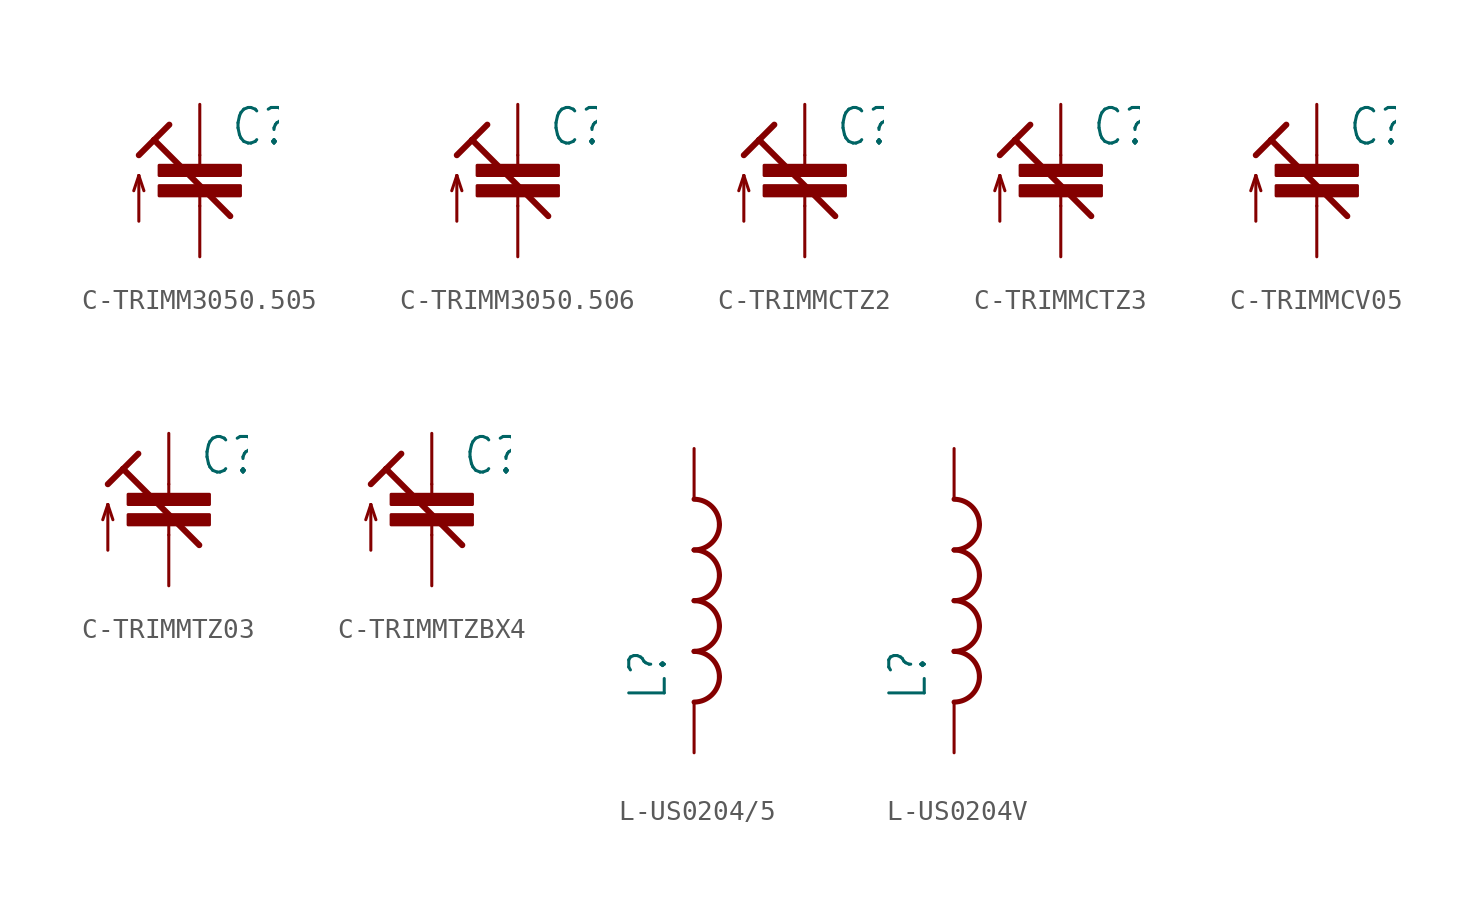
<source format=kicad_sym>
(kicad_symbol_lib
  (version 20231120)
  (generator "kicad_symbol_editor")
  (generator_version "8.0")
  (symbol "C-TRIMM3050.505"
    (property "Reference" "C"
      (at 1.524 0.381 0)
      (effects (font (size 1.778 1.511)) (justify left bottom)))
    (property "Value" ""
      (at 2.286 -5.207 0)
      (effects (font (size 1.778 1.511)) (justify left bottom)))
    (property "ki_locked" ""
      (at 0 0 0)
      (effects (font (size 1.27 1.27))))
    (symbol "C-TRIMM3050.505_1_0"
      (rectangle (start -2.032 -2.032) (end 2.032 -1.524) (stroke (width 0) (type default)) (fill (type outline)))
      (rectangle (start -2.032 -1.016) (end 2.032 -0.508) (stroke (width 0) (type default)) (fill (type outline)))
      (polyline (pts (xy -3.048 -3.302) (xy -3.048 -1.016)) (stroke (width 0.152) (type solid)) (fill (type none)))
      (polyline (pts (xy -3.048 -1.016) (xy -3.302 -1.778)) (stroke (width 0.152) (type solid)) (fill (type none)))
      (polyline (pts (xy -3.048 -1.016) (xy -2.794 -1.778)) (stroke (width 0.152) (type solid)) (fill (type none)))
      (polyline (pts (xy -3.048 0) (xy -2.286 0.762)) (stroke (width 0.305) (type solid)) (fill (type none)))
      (polyline (pts (xy -2.286 0.762) (xy -1.524 1.524)) (stroke (width 0.305) (type solid)) (fill (type none)))
      (polyline (pts (xy 0 -2.54) (xy 0 -2.032)) (stroke (width 0.152) (type solid)) (fill (type none)))
      (polyline (pts (xy 0 0) (xy 0 -0.508)) (stroke (width 0.152) (type solid)) (fill (type none)))
      (polyline (pts (xy 1.524 -3.048) (xy -2.286 0.762)) (stroke (width 0.305) (type solid)) (fill (type none)))
      (pin passive line (at 0 2.54 270) (length 2.54) (name "E" (effects (font (size 0 0)))) (number "1" (effects (font (size 0 0)))))
      (pin passive line (at 0 -5.08 90) (length 2.54) (name "A" (effects (font (size 0 0)))) (number "2" (effects (font (size 0 0)))))))
  (symbol "C-TRIMM3050.506"
    (property "Reference" "C"
      (at 1.524 0.381 0)
      (effects (font (size 1.778 1.511)) (justify left bottom)))
    (property "Value" ""
      (at 2.286 -5.207 0)
      (effects (font (size 1.778 1.511)) (justify left bottom)))
    (property "ki_locked" ""
      (at 0 0 0)
      (effects (font (size 1.27 1.27))))
    (symbol "C-TRIMM3050.506_1_0"
      (rectangle (start -2.032 -2.032) (end 2.032 -1.524) (stroke (width 0) (type default)) (fill (type outline)))
      (rectangle (start -2.032 -1.016) (end 2.032 -0.508) (stroke (width 0) (type default)) (fill (type outline)))
      (polyline (pts (xy -3.048 -3.302) (xy -3.048 -1.016)) (stroke (width 0.152) (type solid)) (fill (type none)))
      (polyline (pts (xy -3.048 -1.016) (xy -3.302 -1.778)) (stroke (width 0.152) (type solid)) (fill (type none)))
      (polyline (pts (xy -3.048 -1.016) (xy -2.794 -1.778)) (stroke (width 0.152) (type solid)) (fill (type none)))
      (polyline (pts (xy -3.048 0) (xy -2.286 0.762)) (stroke (width 0.305) (type solid)) (fill (type none)))
      (polyline (pts (xy -2.286 0.762) (xy -1.524 1.524)) (stroke (width 0.305) (type solid)) (fill (type none)))
      (polyline (pts (xy 0 -2.54) (xy 0 -2.032)) (stroke (width 0.152) (type solid)) (fill (type none)))
      (polyline (pts (xy 0 0) (xy 0 -0.508)) (stroke (width 0.152) (type solid)) (fill (type none)))
      (polyline (pts (xy 1.524 -3.048) (xy -2.286 0.762)) (stroke (width 0.305) (type solid)) (fill (type none)))
      (pin passive line (at 0 2.54 270) (length 2.54) (name "E" (effects (font (size 0 0)))) (number "1A" (effects (font (size 0 0)))))
      (pin passive line (at 0 -5.08 90) (length 2.54) (name "A" (effects (font (size 0 0)))) (number "2" (effects (font (size 0 0)))))))
  (symbol "C-TRIMMCTZ2"
    (property "Reference" "C"
      (at 1.524 0.381 0)
      (effects (font (size 1.778 1.511)) (justify left bottom)))
    (property "Value" ""
      (at 2.286 -5.207 0)
      (effects (font (size 1.778 1.511)) (justify left bottom)))
    (property "ki_locked" ""
      (at 0 0 0)
      (effects (font (size 1.27 1.27))))
    (symbol "C-TRIMMCTZ2_1_0"
      (rectangle (start -2.032 -2.032) (end 2.032 -1.524) (stroke (width 0) (type default)) (fill (type outline)))
      (rectangle (start -2.032 -1.016) (end 2.032 -0.508) (stroke (width 0) (type default)) (fill (type outline)))
      (polyline (pts (xy -3.048 -3.302) (xy -3.048 -1.016)) (stroke (width 0.152) (type solid)) (fill (type none)))
      (polyline (pts (xy -3.048 -1.016) (xy -3.302 -1.778)) (stroke (width 0.152) (type solid)) (fill (type none)))
      (polyline (pts (xy -3.048 -1.016) (xy -2.794 -1.778)) (stroke (width 0.152) (type solid)) (fill (type none)))
      (polyline (pts (xy -3.048 0) (xy -2.286 0.762)) (stroke (width 0.305) (type solid)) (fill (type none)))
      (polyline (pts (xy -2.286 0.762) (xy -1.524 1.524)) (stroke (width 0.305) (type solid)) (fill (type none)))
      (polyline (pts (xy 0 -2.54) (xy 0 -2.032)) (stroke (width 0.152) (type solid)) (fill (type none)))
      (polyline (pts (xy 0 0) (xy 0 -0.508)) (stroke (width 0.152) (type solid)) (fill (type none)))
      (polyline (pts (xy 1.524 -3.048) (xy -2.286 0.762)) (stroke (width 0.305) (type solid)) (fill (type none)))
      (pin passive line (at 0 2.54 270) (length 2.54) (name "E" (effects (font (size 0 0)))) (number "1" (effects (font (size 0 0)))))
      (pin passive line (at 0 -5.08 90) (length 2.54) (name "A" (effects (font (size 0 0)))) (number "2" (effects (font (size 0 0)))))))
  (symbol "C-TRIMMCTZ3"
    (property "Reference" "C"
      (at 1.524 0.381 0)
      (effects (font (size 1.778 1.511)) (justify left bottom)))
    (property "Value" ""
      (at 2.286 -5.207 0)
      (effects (font (size 1.778 1.511)) (justify left bottom)))
    (property "ki_locked" ""
      (at 0 0 0)
      (effects (font (size 1.27 1.27))))
    (symbol "C-TRIMMCTZ3_1_0"
      (rectangle (start -2.032 -2.032) (end 2.032 -1.524) (stroke (width 0) (type default)) (fill (type outline)))
      (rectangle (start -2.032 -1.016) (end 2.032 -0.508) (stroke (width 0) (type default)) (fill (type outline)))
      (polyline (pts (xy -3.048 -3.302) (xy -3.048 -1.016)) (stroke (width 0.152) (type solid)) (fill (type none)))
      (polyline (pts (xy -3.048 -1.016) (xy -3.302 -1.778)) (stroke (width 0.152) (type solid)) (fill (type none)))
      (polyline (pts (xy -3.048 -1.016) (xy -2.794 -1.778)) (stroke (width 0.152) (type solid)) (fill (type none)))
      (polyline (pts (xy -3.048 0) (xy -2.286 0.762)) (stroke (width 0.305) (type solid)) (fill (type none)))
      (polyline (pts (xy -2.286 0.762) (xy -1.524 1.524)) (stroke (width 0.305) (type solid)) (fill (type none)))
      (polyline (pts (xy 0 -2.54) (xy 0 -2.032)) (stroke (width 0.152) (type solid)) (fill (type none)))
      (polyline (pts (xy 0 0) (xy 0 -0.508)) (stroke (width 0.152) (type solid)) (fill (type none)))
      (polyline (pts (xy 1.524 -3.048) (xy -2.286 0.762)) (stroke (width 0.305) (type solid)) (fill (type none)))
      (pin passive line (at 0 2.54 270) (length 2.54) (name "E" (effects (font (size 0 0)))) (number "1" (effects (font (size 0 0)))))
      (pin passive line (at 0 -5.08 90) (length 2.54) (name "A" (effects (font (size 0 0)))) (number "2" (effects (font (size 0 0)))))))
  (symbol "C-TRIMMCV05"
    (property "Reference" "C"
      (at 1.524 0.381 0)
      (effects (font (size 1.778 1.511)) (justify left bottom)))
    (property "Value" ""
      (at 2.286 -5.207 0)
      (effects (font (size 1.778 1.511)) (justify left bottom)))
    (property "ki_locked" ""
      (at 0 0 0)
      (effects (font (size 1.27 1.27))))
    (symbol "C-TRIMMCV05_1_0"
      (rectangle (start -2.032 -2.032) (end 2.032 -1.524) (stroke (width 0) (type default)) (fill (type outline)))
      (rectangle (start -2.032 -1.016) (end 2.032 -0.508) (stroke (width 0) (type default)) (fill (type outline)))
      (polyline (pts (xy -3.048 -3.302) (xy -3.048 -1.016)) (stroke (width 0.152) (type solid)) (fill (type none)))
      (polyline (pts (xy -3.048 -1.016) (xy -3.302 -1.778)) (stroke (width 0.152) (type solid)) (fill (type none)))
      (polyline (pts (xy -3.048 -1.016) (xy -2.794 -1.778)) (stroke (width 0.152) (type solid)) (fill (type none)))
      (polyline (pts (xy -3.048 0) (xy -2.286 0.762)) (stroke (width 0.305) (type solid)) (fill (type none)))
      (polyline (pts (xy -2.286 0.762) (xy -1.524 1.524)) (stroke (width 0.305) (type solid)) (fill (type none)))
      (polyline (pts (xy 0 -2.54) (xy 0 -2.032)) (stroke (width 0.152) (type solid)) (fill (type none)))
      (polyline (pts (xy 0 0) (xy 0 -0.508)) (stroke (width 0.152) (type solid)) (fill (type none)))
      (polyline (pts (xy 1.524 -3.048) (xy -2.286 0.762)) (stroke (width 0.305) (type solid)) (fill (type none)))
      (pin passive line (at 0 2.54 270) (length 2.54) (name "E" (effects (font (size 0 0)))) (number "1" (effects (font (size 0 0)))))
      (pin passive line (at 0 -5.08 90) (length 2.54) (name "A" (effects (font (size 0 0)))) (number "2" (effects (font (size 0 0)))))))
  (symbol "C-TRIMMTZ03"
    (property "Reference" "C"
      (at 1.524 0.381 0)
      (effects (font (size 1.778 1.511)) (justify left bottom)))
    (property "Value" ""
      (at 2.286 -5.207 0)
      (effects (font (size 1.778 1.511)) (justify left bottom)))
    (property "ki_locked" ""
      (at 0 0 0)
      (effects (font (size 1.27 1.27))))
    (symbol "C-TRIMMTZ03_1_0"
      (rectangle (start -2.032 -2.032) (end 2.032 -1.524) (stroke (width 0) (type default)) (fill (type outline)))
      (rectangle (start -2.032 -1.016) (end 2.032 -0.508) (stroke (width 0) (type default)) (fill (type outline)))
      (polyline (pts (xy -3.048 -3.302) (xy -3.048 -1.016)) (stroke (width 0.152) (type solid)) (fill (type none)))
      (polyline (pts (xy -3.048 -1.016) (xy -3.302 -1.778)) (stroke (width 0.152) (type solid)) (fill (type none)))
      (polyline (pts (xy -3.048 -1.016) (xy -2.794 -1.778)) (stroke (width 0.152) (type solid)) (fill (type none)))
      (polyline (pts (xy -3.048 0) (xy -2.286 0.762)) (stroke (width 0.305) (type solid)) (fill (type none)))
      (polyline (pts (xy -2.286 0.762) (xy -1.524 1.524)) (stroke (width 0.305) (type solid)) (fill (type none)))
      (polyline (pts (xy 0 -2.54) (xy 0 -2.032)) (stroke (width 0.152) (type solid)) (fill (type none)))
      (polyline (pts (xy 0 0) (xy 0 -0.508)) (stroke (width 0.152) (type solid)) (fill (type none)))
      (polyline (pts (xy 1.524 -3.048) (xy -2.286 0.762)) (stroke (width 0.305) (type solid)) (fill (type none)))
      (pin passive line (at 0 2.54 270) (length 2.54) (name "E" (effects (font (size 0 0)))) (number "1" (effects (font (size 0 0)))))
      (pin passive line (at 0 -5.08 90) (length 2.54) (name "A" (effects (font (size 0 0)))) (number "2" (effects (font (size 0 0)))))))
  (symbol "C-TRIMMTZBX4"
    (property "Reference" "C"
      (at 1.524 0.381 0)
      (effects (font (size 1.778 1.511)) (justify left bottom)))
    (property "Value" ""
      (at 2.286 -5.207 0)
      (effects (font (size 1.778 1.511)) (justify left bottom)))
    (property "ki_locked" ""
      (at 0 0 0)
      (effects (font (size 1.27 1.27))))
    (symbol "C-TRIMMTZBX4_1_0"
      (rectangle (start -2.032 -2.032) (end 2.032 -1.524) (stroke (width 0) (type default)) (fill (type outline)))
      (rectangle (start -2.032 -1.016) (end 2.032 -0.508) (stroke (width 0) (type default)) (fill (type outline)))
      (polyline (pts (xy -3.048 -3.302) (xy -3.048 -1.016)) (stroke (width 0.152) (type solid)) (fill (type none)))
      (polyline (pts (xy -3.048 -1.016) (xy -3.302 -1.778)) (stroke (width 0.152) (type solid)) (fill (type none)))
      (polyline (pts (xy -3.048 -1.016) (xy -2.794 -1.778)) (stroke (width 0.152) (type solid)) (fill (type none)))
      (polyline (pts (xy -3.048 0) (xy -2.286 0.762)) (stroke (width 0.305) (type solid)) (fill (type none)))
      (polyline (pts (xy -2.286 0.762) (xy -1.524 1.524)) (stroke (width 0.305) (type solid)) (fill (type none)))
      (polyline (pts (xy 0 -2.54) (xy 0 -2.032)) (stroke (width 0.152) (type solid)) (fill (type none)))
      (polyline (pts (xy 0 0) (xy 0 -0.508)) (stroke (width 0.152) (type solid)) (fill (type none)))
      (polyline (pts (xy 1.524 -3.048) (xy -2.286 0.762)) (stroke (width 0.305) (type solid)) (fill (type none)))
      (pin passive line (at 0 2.54 270) (length 2.54) (name "E" (effects (font (size 0 0)))) (number "1" (effects (font (size 0 0)))))
      (pin passive line (at 0 -5.08 90) (length 2.54) (name "A" (effects (font (size 0 0)))) (number "2" (effects (font (size 0 0)))))))
  (symbol "L-US0204/5"
    (property "Reference" "L"
      (at -1.27 -5.08 90)
      (effects (font (size 1.778 1.511)) (justify left bottom)))
    (property "Value" ""
      (at 3.81 -5.08 90)
      (effects (font (size 1.778 1.511)) (justify left bottom)))
    (property "ki_locked" ""
      (at 0 0 0)
      (effects (font (size 1.27 1.27))))
    (symbol "L-US0204/5_1_0"
      (arc (start 0 -5.08) (mid 0.898 -4.708) (end 1.27 -3.81) (stroke (width 0.254) (type solid)) (fill (type none)))
      (arc (start 0 -2.54) (mid 0.898 -2.168) (end 1.27 -1.27) (stroke (width 0.254) (type solid)) (fill (type none)))
      (arc (start 0 0) (mid 0.898 0.372) (end 1.27 1.27) (stroke (width 0.254) (type solid)) (fill (type none)))
      (arc (start 0 2.54) (mid 0.898 2.912) (end 1.27 3.81) (stroke (width 0.254) (type solid)) (fill (type none)))
      (arc (start 1.27 -3.81) (mid 0.898 -2.912) (end 0 -2.54) (stroke (width 0.254) (type solid)) (fill (type none)))
      (arc (start 1.27 -1.27) (mid 0.898 -0.372) (end 0 0) (stroke (width 0.254) (type solid)) (fill (type none)))
      (arc (start 1.27 1.27) (mid 0.898 2.168) (end 0 2.54) (stroke (width 0.254) (type solid)) (fill (type none)))
      (arc (start 1.27 3.81) (mid 0.898 4.708) (end 0 5.08) (stroke (width 0.254) (type solid)) (fill (type none)))
      (pin passive line (at 0 7.62 270) (length 2.54) (name "1" (effects (font (size 0 0)))) (number "1" (effects (font (size 0 0)))))
      (pin passive line (at 0 -7.62 90) (length 2.54) (name "2" (effects (font (size 0 0)))) (number "2" (effects (font (size 0 0)))))))
  (symbol "L-US0204V"
    (property "Reference" "L"
      (at -1.27 -5.08 90)
      (effects (font (size 1.778 1.511)) (justify left bottom)))
    (property "Value" ""
      (at 3.81 -5.08 90)
      (effects (font (size 1.778 1.511)) (justify left bottom)))
    (property "ki_locked" ""
      (at 0 0 0)
      (effects (font (size 1.27 1.27))))
    (symbol "L-US0204V_1_0"
      (arc (start 0 -5.08) (mid 0.898 -4.708) (end 1.27 -3.81) (stroke (width 0.254) (type solid)) (fill (type none)))
      (arc (start 0 -2.54) (mid 0.898 -2.168) (end 1.27 -1.27) (stroke (width 0.254) (type solid)) (fill (type none)))
      (arc (start 0 0) (mid 0.898 0.372) (end 1.27 1.27) (stroke (width 0.254) (type solid)) (fill (type none)))
      (arc (start 0 2.54) (mid 0.898 2.912) (end 1.27 3.81) (stroke (width 0.254) (type solid)) (fill (type none)))
      (arc (start 1.27 -3.81) (mid 0.898 -2.912) (end 0 -2.54) (stroke (width 0.254) (type solid)) (fill (type none)))
      (arc (start 1.27 -1.27) (mid 0.898 -0.372) (end 0 0) (stroke (width 0.254) (type solid)) (fill (type none)))
      (arc (start 1.27 1.27) (mid 0.898 2.168) (end 0 2.54) (stroke (width 0.254) (type solid)) (fill (type none)))
      (arc (start 1.27 3.81) (mid 0.898 4.708) (end 0 5.08) (stroke (width 0.254) (type solid)) (fill (type none)))
      (pin passive line (at 0 7.62 270) (length 2.54) (name "1" (effects (font (size 0 0)))) (number "1" (effects (font (size 0 0)))))
      (pin passive line (at 0 -7.62 90) (length 2.54) (name "2" (effects (font (size 0 0)))) (number "2" (effects (font (size 0 0))))))))
</source>
